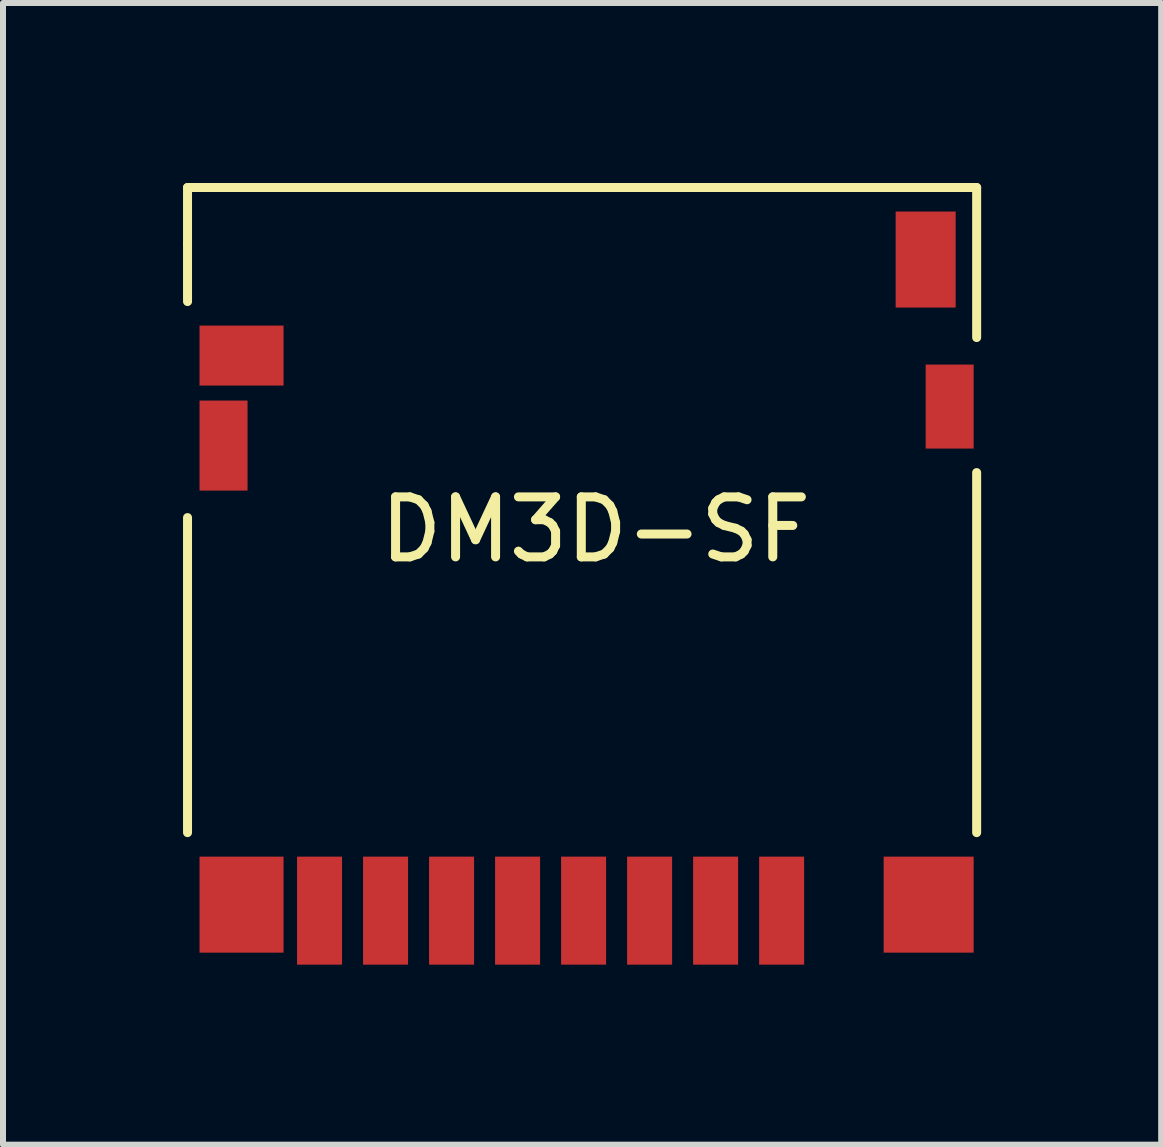
<source format=kicad_pcb>
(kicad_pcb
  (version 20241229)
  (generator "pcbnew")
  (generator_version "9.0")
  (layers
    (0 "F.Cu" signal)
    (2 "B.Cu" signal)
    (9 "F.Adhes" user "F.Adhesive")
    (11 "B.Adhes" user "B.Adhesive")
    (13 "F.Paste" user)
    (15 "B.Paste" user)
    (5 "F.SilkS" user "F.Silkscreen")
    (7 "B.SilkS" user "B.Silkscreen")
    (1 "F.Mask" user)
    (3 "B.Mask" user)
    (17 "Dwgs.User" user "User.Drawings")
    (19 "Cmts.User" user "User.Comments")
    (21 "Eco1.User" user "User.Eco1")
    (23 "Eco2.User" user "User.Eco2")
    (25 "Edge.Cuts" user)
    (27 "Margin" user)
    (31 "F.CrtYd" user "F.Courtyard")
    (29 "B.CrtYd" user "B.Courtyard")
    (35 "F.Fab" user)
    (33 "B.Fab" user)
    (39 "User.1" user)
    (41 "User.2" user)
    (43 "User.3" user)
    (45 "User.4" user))
  (footprint "DM3D-SF"
    (layer "F.Cu")
    (at 11.225 9.875)
    (property "Reference" "DM3D-SF" (at -4.35 -4.1 0) (layer "F.SilkS") (effects (font (size 1 1) (thickness 0.15))))
    (attr through_hole)
    (fp_line (start -11.15 -9.8) (end 2 -9.8) (stroke (width 0.15) (type solid)) (layer "F.SilkS"))
    (fp_line (start -11.15 -8.85) (end -11.15 -9.8) (stroke (width 0.15) (type solid)) (layer "F.SilkS"))
    (fp_line (start -11.15 -7.9) (end -11.15 -8.85) (stroke (width 0.15) (type solid)) (layer "F.SilkS"))
    (fp_line (start -11.15 0.95) (end -11.15 -4.3) (stroke (width 0.15) (type solid)) (layer "F.SilkS"))
    (fp_line (start 2 -9.8) (end 2 -7.3) (stroke (width 0.15) (type solid)) (layer "F.SilkS"))
    (fp_line (start 2 -5.05) (end 2 0.95) (stroke (width 0.15) (type solid)) (layer "F.SilkS"))
    (pad "" smd rect (at -10.55 -5.5) (size 0.8 1.5) (layers "F.Cu" "F.Mask" "F.Paste"))
    (pad "" smd rect (at -10.25 -7) (size 1.4 1) (layers "F.Cu" "F.Mask" "F.Paste"))
    (pad "" smd rect (at -10.25 2.15) (size 1.4 1.6) (layers "F.Cu" "F.Mask" "F.Paste"))
    (pad "" smd rect (at 1.15 -8.6) (size 1 1.6) (layers "F.Cu" "F.Mask" "F.Paste"))
    (pad "" smd rect (at 1.2 2.15) (size 1.5 1.6) (layers "F.Cu" "F.Mask" "F.Paste"))
    (pad "" smd rect (at 1.55 -6.15) (size 0.8 1.4) (layers "F.Cu" "F.Mask" "F.Paste"))
    (pad "1" smd rect (at -1.25 2.25) (size 0.75 1.8) (layers "F.Cu" "F.Mask" "F.Paste"))
    (pad "2" smd rect (at -2.35 2.25) (size 0.75 1.8) (layers "F.Cu" "F.Mask" "F.Paste"))
    (pad "3" smd rect (at -3.45 2.25) (size 0.75 1.8) (layers "F.Cu" "F.Mask" "F.Paste"))
    (pad "4" smd rect (at -4.55 2.25) (size 0.75 1.8) (layers "F.Cu" "F.Mask" "F.Paste"))
    (pad "5" smd rect (at -5.65 2.25) (size 0.75 1.8) (layers "F.Cu" "F.Mask" "F.Paste"))
    (pad "6" smd rect (at -6.75 2.25) (size 0.75 1.8) (layers "F.Cu" "F.Mask" "F.Paste"))
    (pad "7" smd rect (at -7.85 2.25) (size 0.75 1.8) (layers "F.Cu" "F.Mask" "F.Paste"))
    (pad "8" smd rect (at -8.95 2.25) (size 0.75 1.8) (layers "F.Cu" "F.Mask" "F.Paste")))
  (gr_rect
    (start -3 -3)
    (end 16.3 16.025)
    (stroke (width 0.1) (type default))
    (fill no)
    (layer "Edge.Cuts")))
</source>
